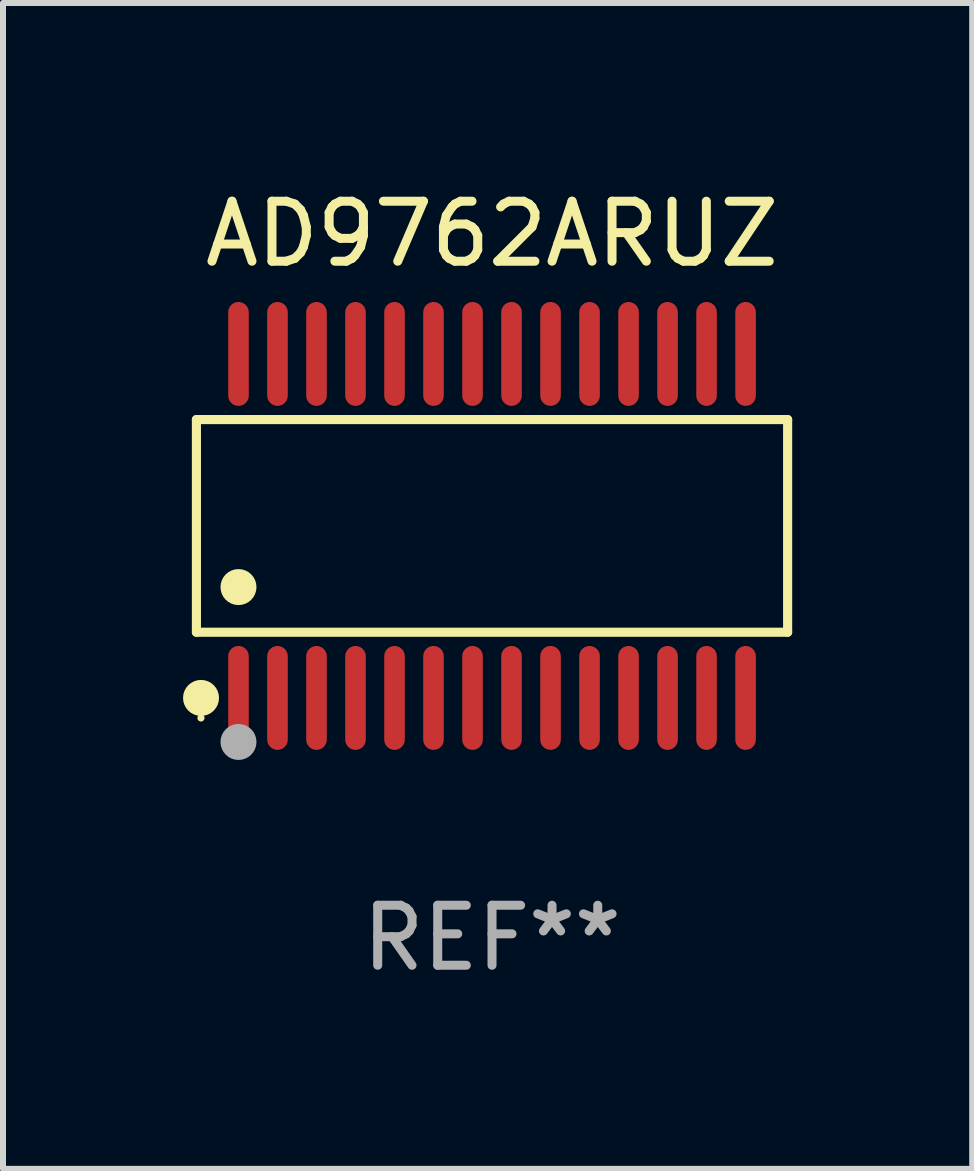
<source format=kicad_pcb>
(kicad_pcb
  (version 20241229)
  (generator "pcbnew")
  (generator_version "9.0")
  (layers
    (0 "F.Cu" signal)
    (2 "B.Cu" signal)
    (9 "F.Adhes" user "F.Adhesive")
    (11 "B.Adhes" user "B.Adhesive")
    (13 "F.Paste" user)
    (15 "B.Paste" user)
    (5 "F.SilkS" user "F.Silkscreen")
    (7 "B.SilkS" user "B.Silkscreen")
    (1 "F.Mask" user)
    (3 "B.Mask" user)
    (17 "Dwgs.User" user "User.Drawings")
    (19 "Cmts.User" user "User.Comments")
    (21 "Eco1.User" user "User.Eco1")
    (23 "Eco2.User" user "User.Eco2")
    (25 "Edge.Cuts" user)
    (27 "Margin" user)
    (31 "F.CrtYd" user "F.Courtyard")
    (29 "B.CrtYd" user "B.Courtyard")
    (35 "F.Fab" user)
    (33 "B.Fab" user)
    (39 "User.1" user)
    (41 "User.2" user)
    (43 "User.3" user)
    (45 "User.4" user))
  (footprint "AD9762ARUZ"
    (layer "F.Cu")
    (at 5.149 5.714)
    (property "Reference" "AD9762ARUZ" (at 0 -4.866 0) (layer "F.SilkS") (effects (font (size 1 1) (thickness 0.15))))
    (attr through_hole)
    (fp_line (start -4.926 -1.772) (end 4.926 -1.772) (stroke (width 0.152) (type solid)) (layer "F.SilkS"))
    (fp_line (start -4.926 1.771) (end -4.926 -1.772) (stroke (width 0.152) (type solid)) (layer "F.SilkS"))
    (fp_line (start 4.926 -1.772) (end 4.926 1.771) (stroke (width 0.152) (type solid)) (layer "F.SilkS"))
    (fp_line (start 4.926 1.771) (end -4.926 1.771) (stroke (width 0.152) (type solid)) (layer "F.SilkS"))
    (fp_circle (center -4.85 3.2) (end -4.82 3.2) (stroke (width 0.06) (type solid)) (fill no) (layer "F.SilkS"))
    (fp_circle (center -4.849 2.866) (end -4.699 2.866) (stroke (width 0.3) (type solid)) (fill no) (layer "F.SilkS"))
    (fp_circle (center -4.225 1.019) (end -4.075 1.019) (stroke (width 0.3) (type solid)) (fill no) (layer "F.SilkS"))
    (fp_circle (center -4.225 3.6) (end -4.075 3.6) (stroke (width 0.3) (type solid)) (fill no) (layer "F.Fab"))
    (fp_text user "REF**" (at 0 6.866 0) (layer "F.Fab") (effects (font (size 1 1) (thickness 0.15))))
    (pad "1" smd oval (at -4.225 2.866) (size 0.343 1.731) (layers "F.Cu" "F.Mask" "F.Paste"))
    (pad "2" smd oval (at -3.575 2.866) (size 0.343 1.731) (layers "F.Cu" "F.Mask" "F.Paste"))
    (pad "3" smd oval (at -2.925 2.866) (size 0.343 1.731) (layers "F.Cu" "F.Mask" "F.Paste"))
    (pad "4" smd oval (at -2.275 2.866) (size 0.343 1.731) (layers "F.Cu" "F.Mask" "F.Paste"))
    (pad "5" smd oval (at -1.625 2.866) (size 0.343 1.731) (layers "F.Cu" "F.Mask" "F.Paste"))
    (pad "6" smd oval (at -0.975 2.866) (size 0.343 1.731) (layers "F.Cu" "F.Mask" "F.Paste"))
    (pad "7" smd oval (at -0.325 2.866) (size 0.343 1.731) (layers "F.Cu" "F.Mask" "F.Paste"))
    (pad "8" smd oval (at 0.325 2.866) (size 0.343 1.731) (layers "F.Cu" "F.Mask" "F.Paste"))
    (pad "9" smd oval (at 0.975 2.866) (size 0.343 1.731) (layers "F.Cu" "F.Mask" "F.Paste"))
    (pad "10" smd oval (at 1.625 2.866) (size 0.343 1.731) (layers "F.Cu" "F.Mask" "F.Paste"))
    (pad "11" smd oval (at 2.275 2.866) (size 0.343 1.731) (layers "F.Cu" "F.Mask" "F.Paste"))
    (pad "12" smd oval (at 2.925 2.866) (size 0.343 1.731) (layers "F.Cu" "F.Mask" "F.Paste"))
    (pad "13" smd oval (at 3.575 2.866) (size 0.343 1.731) (layers "F.Cu" "F.Mask" "F.Paste"))
    (pad "14" smd oval (at 4.225 2.866) (size 0.343 1.731) (layers "F.Cu" "F.Mask" "F.Paste"))
    (pad "15" smd oval (at 4.225 -2.866) (size 0.343 1.731) (layers "F.Cu" "F.Mask" "F.Paste"))
    (pad "16" smd oval (at 3.575 -2.866) (size 0.343 1.731) (layers "F.Cu" "F.Mask" "F.Paste"))
    (pad "17" smd oval (at 2.925 -2.866) (size 0.343 1.731) (layers "F.Cu" "F.Mask" "F.Paste"))
    (pad "18" smd oval (at 2.275 -2.866) (size 0.343 1.731) (layers "F.Cu" "F.Mask" "F.Paste"))
    (pad "19" smd oval (at 1.625 -2.866) (size 0.343 1.731) (layers "F.Cu" "F.Mask" "F.Paste"))
    (pad "20" smd oval (at 0.975 -2.866) (size 0.343 1.731) (layers "F.Cu" "F.Mask" "F.Paste"))
    (pad "21" smd oval (at 0.325 -2.866) (size 0.343 1.731) (layers "F.Cu" "F.Mask" "F.Paste"))
    (pad "22" smd oval (at -0.325 -2.866) (size 0.343 1.731) (layers "F.Cu" "F.Mask" "F.Paste"))
    (pad "23" smd oval (at -0.975 -2.866) (size 0.343 1.731) (layers "F.Cu" "F.Mask" "F.Paste"))
    (pad "24" smd oval (at -1.625 -2.866) (size 0.343 1.731) (layers "F.Cu" "F.Mask" "F.Paste"))
    (pad "25" smd oval (at -2.275 -2.866) (size 0.343 1.731) (layers "F.Cu" "F.Mask" "F.Paste"))
    (pad "26" smd oval (at -2.925 -2.866) (size 0.343 1.731) (layers "F.Cu" "F.Mask" "F.Paste"))
    (pad "27" smd oval (at -3.575 -2.866) (size 0.343 1.731) (layers "F.Cu" "F.Mask" "F.Paste"))
    (pad "28" smd oval (at -4.225 -2.866) (size 0.343 1.731) (layers "F.Cu" "F.Mask" "F.Paste")))
  (gr_rect
    (start -3 -3)
    (end 13.151 16.428)
    (stroke (width 0.1) (type default))
    (fill no)
    (layer "Edge.Cuts")))
</source>
